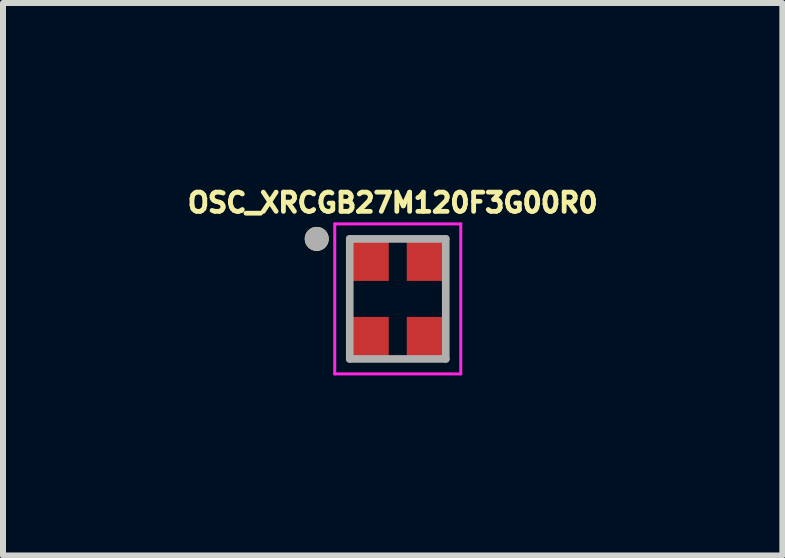
<source format=kicad_pcb>
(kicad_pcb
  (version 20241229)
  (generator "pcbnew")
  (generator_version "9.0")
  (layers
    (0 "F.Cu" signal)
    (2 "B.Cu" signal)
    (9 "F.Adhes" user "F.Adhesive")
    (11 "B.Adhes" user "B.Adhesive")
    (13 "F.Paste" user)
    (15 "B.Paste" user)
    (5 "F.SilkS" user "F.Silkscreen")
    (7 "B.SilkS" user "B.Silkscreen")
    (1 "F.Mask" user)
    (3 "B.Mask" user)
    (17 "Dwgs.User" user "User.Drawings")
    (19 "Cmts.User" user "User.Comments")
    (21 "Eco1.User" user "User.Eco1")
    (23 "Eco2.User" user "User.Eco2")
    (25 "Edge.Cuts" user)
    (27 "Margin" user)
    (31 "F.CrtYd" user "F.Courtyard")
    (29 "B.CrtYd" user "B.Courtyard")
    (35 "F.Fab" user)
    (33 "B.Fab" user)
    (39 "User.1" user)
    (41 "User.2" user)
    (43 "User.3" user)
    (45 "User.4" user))
  (footprint "OSC_XRCGB27M120F3G00R0"
    (layer "F.Cu")
    (at 3.578 1.931)
    (property "Reference" "OSC_XRCGB27M120F3G00R0" (at -0.084 -1.603 0) (layer "F.SilkS") (effects (font (size 0.32 0.32) (thickness 0.15))))
    (attr smd)
    (fp_circle (center -1.35 -1) (end -1.25 -1) (stroke (width 0.2) (type solid)) (fill no) (layer "F.SilkS"))
    (fp_line (start -1.05 -1.25) (end 1.05 -1.25) (stroke (width 0.05) (type solid)) (layer "F.CrtYd"))
    (fp_line (start -1.05 1.25) (end -1.05 -1.25) (stroke (width 0.05) (type solid)) (layer "F.CrtYd"))
    (fp_line (start 1.05 -1.25) (end 1.05 1.25) (stroke (width 0.05) (type solid)) (layer "F.CrtYd"))
    (fp_line (start 1.05 1.25) (end -1.05 1.25) (stroke (width 0.05) (type solid)) (layer "F.CrtYd"))
    (fp_line (start -0.8 -1) (end 0.8 -1) (stroke (width 0.127) (type solid)) (layer "F.Fab"))
    (fp_line (start -0.8 1) (end -0.8 -1) (stroke (width 0.127) (type solid)) (layer "F.Fab"))
    (fp_line (start 0.8 -1) (end 0.8 1) (stroke (width 0.127) (type solid)) (layer "F.Fab"))
    (fp_line (start 0.8 1) (end -0.8 1) (stroke (width 0.127) (type solid)) (layer "F.Fab"))
    (fp_circle (center -1.35 -1) (end -1.25 -1) (stroke (width 0.2) (type solid)) (fill no) (layer "F.Fab"))
    (pad "1" smd rect (at -0.5 -0.675) (size 0.7 0.75) (layers "F.Cu" "F.Mask" "F.Paste"))
    (pad "2" smd rect (at -0.5 0.675) (size 0.7 0.75) (layers "F.Cu" "F.Mask" "F.Paste"))
    (pad "3" smd rect (at 0.5 0.675) (size 0.7 0.75) (layers "F.Cu" "F.Mask" "F.Paste"))
    (pad "4" smd rect (at 0.5 -0.675) (size 0.7 0.75) (layers "F.Cu" "F.Mask" "F.Paste")))
  (gr_rect
    (start -3 -3)
    (end 9.987 6.206)
    (stroke (width 0.1) (type default))
    (fill no)
    (layer "Edge.Cuts")))
</source>
